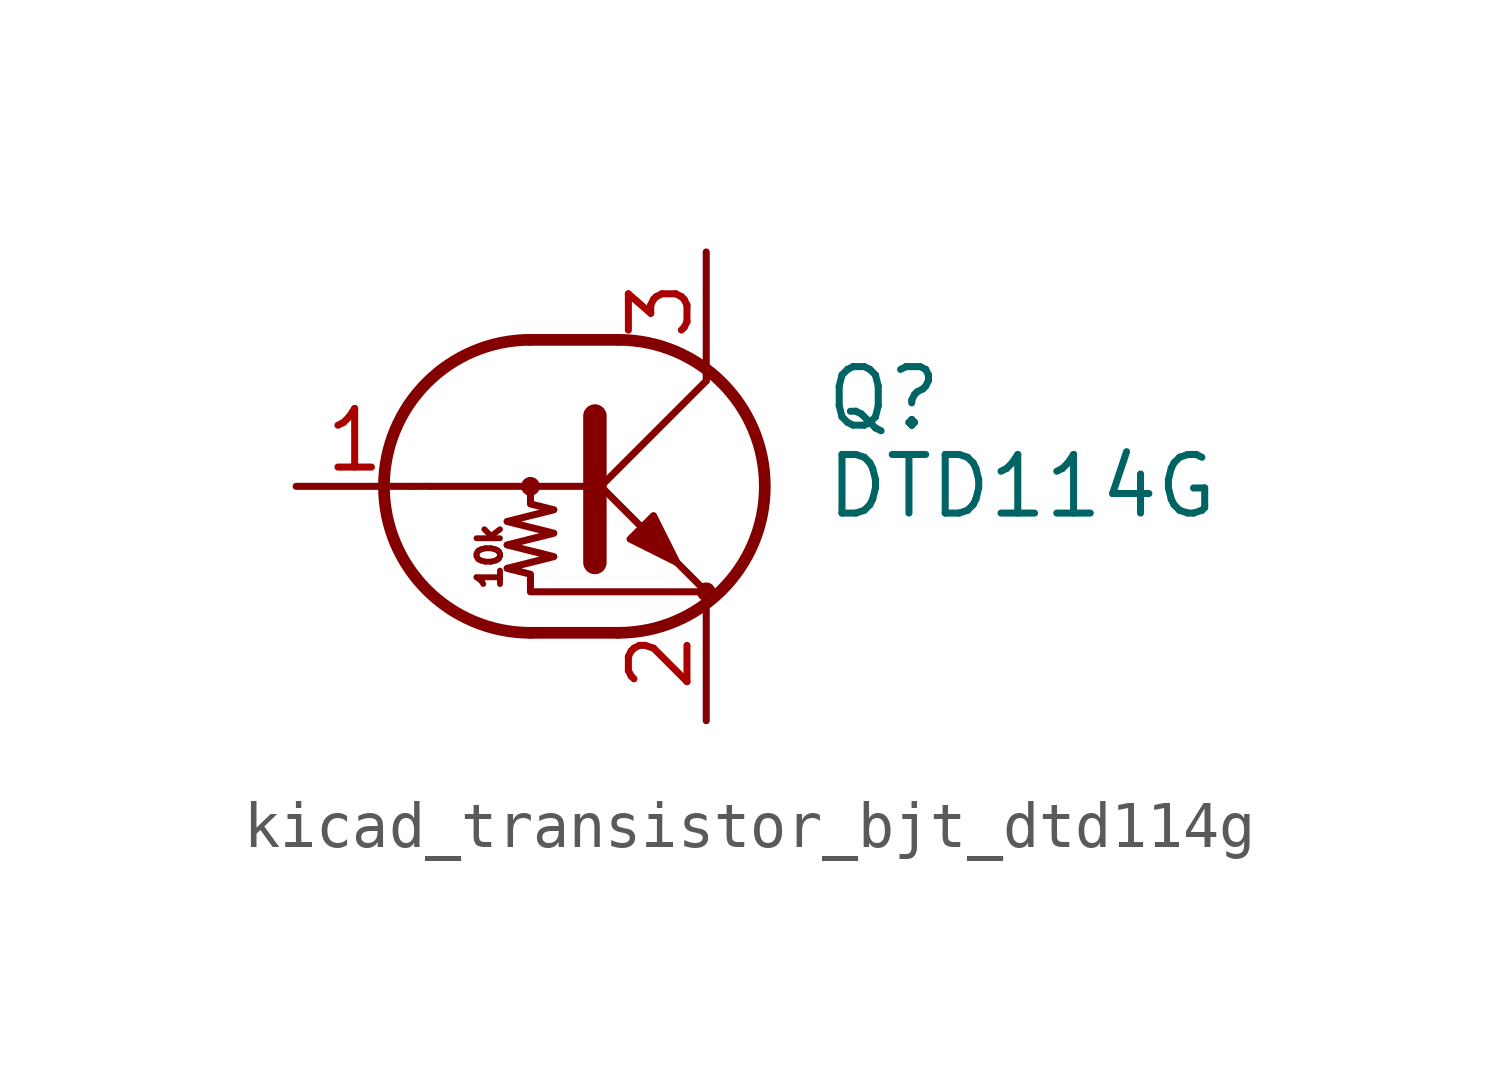
<source format=kicad_sym>
(kicad_symbol_lib
  (version 20220914)
  (generator kicad_symbol_editor)
  (symbol "kicad_transistor_bjt_dtd114g"
    (pin_names
      (offset 0) hide)
    (property "Reference" "Q"
      (at 5.08 1.905 0)
      (effects (font (size 1.27 1.27)) (justify left)))
    (property "Value" "DTD114G"
      (at 5.08 0 0)
      (effects (font (size 1.27 1.27)) (justify left)))
    (symbol "kicad_transistor_bjt_dtd114g_0_0"
      (polyline (pts (xy -3.429 0) (xy 0 0)) (stroke (width 0) (type default)) (fill (type none)))
      (text "10k" (at -2.159 -1.524 900) (effects (font (size 0.508 0.508)))))
    (symbol "kicad_transistor_bjt_dtd114g_0_1"
      (circle (center -1.27 0) (radius 0.127) (stroke (width 0) (type default)) (fill (type none)))
      (arc (start -1.27 3.175) (mid -4.4312 0) (end -1.27 -3.175) (stroke (width 0.254) (type default)) (fill (type none)))
      (polyline (pts (xy -3.429 0) (xy -3.81 0)) (stroke (width 0) (type default)) (fill (type none)))
      (polyline (pts (xy -1.27 -3.175) (xy 0.635 -3.175)) (stroke (width 0.254) (type default)) (fill (type none)))
      (polyline (pts (xy -1.27 3.175) (xy 0.635 3.175)) (stroke (width 0.254) (type default)) (fill (type none)))
      (polyline (pts (xy 0 -0.254) (xy 2.54 2.286)) (stroke (width 0) (type default)) (fill (type none)))
      (polyline (pts (xy 0.127 1.524) (xy 0.127 -1.651)) (stroke (width 0.508) (type default)) (fill (type outline)))
      (polyline (pts (xy 2.54 2.286) (xy 2.54 2.54)) (stroke (width 0) (type default)) (fill (type none)))
      (polyline (pts (xy 2.54 -2.286) (xy 0 0.254) (xy 0 0.254)) (stroke (width 0) (type default)) (fill (type none)))
      (polyline (pts (xy 0.889 -1.143) (xy 1.397 -0.635) (xy 1.905 -1.651) (xy 0.889 -1.143)) (stroke (width 0) (type default)) (fill (type outline)))
      (polyline (pts (xy -1.27 0) (xy -1.27 -0.381) (xy -0.762 -0.508) (xy -1.778 -0.762) (xy -0.762 -1.016) (xy -1.778 -1.27) (xy -0.762 -1.524) (xy -1.778 -1.778) (xy -1.27 -1.905) (xy -1.27 -2.286) (xy 2.54 -2.286)) (stroke (width 0) (type default)) (fill (type none)))
      (arc (start 0.635 -3.175) (mid 3.7962 0) (end 0.635 3.175) (stroke (width 0.254) (type default)) (fill (type none)))
      (circle (center 2.54 -2.286) (radius 0.127) (stroke (width 0) (type default)) (fill (type none))))
    (symbol "kicad_transistor_bjt_dtd114g_1_1"
      (pin input line (at -6.35 0 0) (length 2.54) (name "B" (effects (font (size 1.27 1.27)))) (number "1" (effects (font (size 1.27 1.27)))))
      (pin passive line (at 2.54 -5.08 90) (length 2.54) (name "E" (effects (font (size 1.27 1.27)))) (number "2" (effects (font (size 1.27 1.27)))))
      (pin passive line (at 2.54 5.08 270) (length 2.54) (name "C" (effects (font (size 1.27 1.27)))) (number "3" (effects (font (size 1.27 1.27))))))))
</source>
